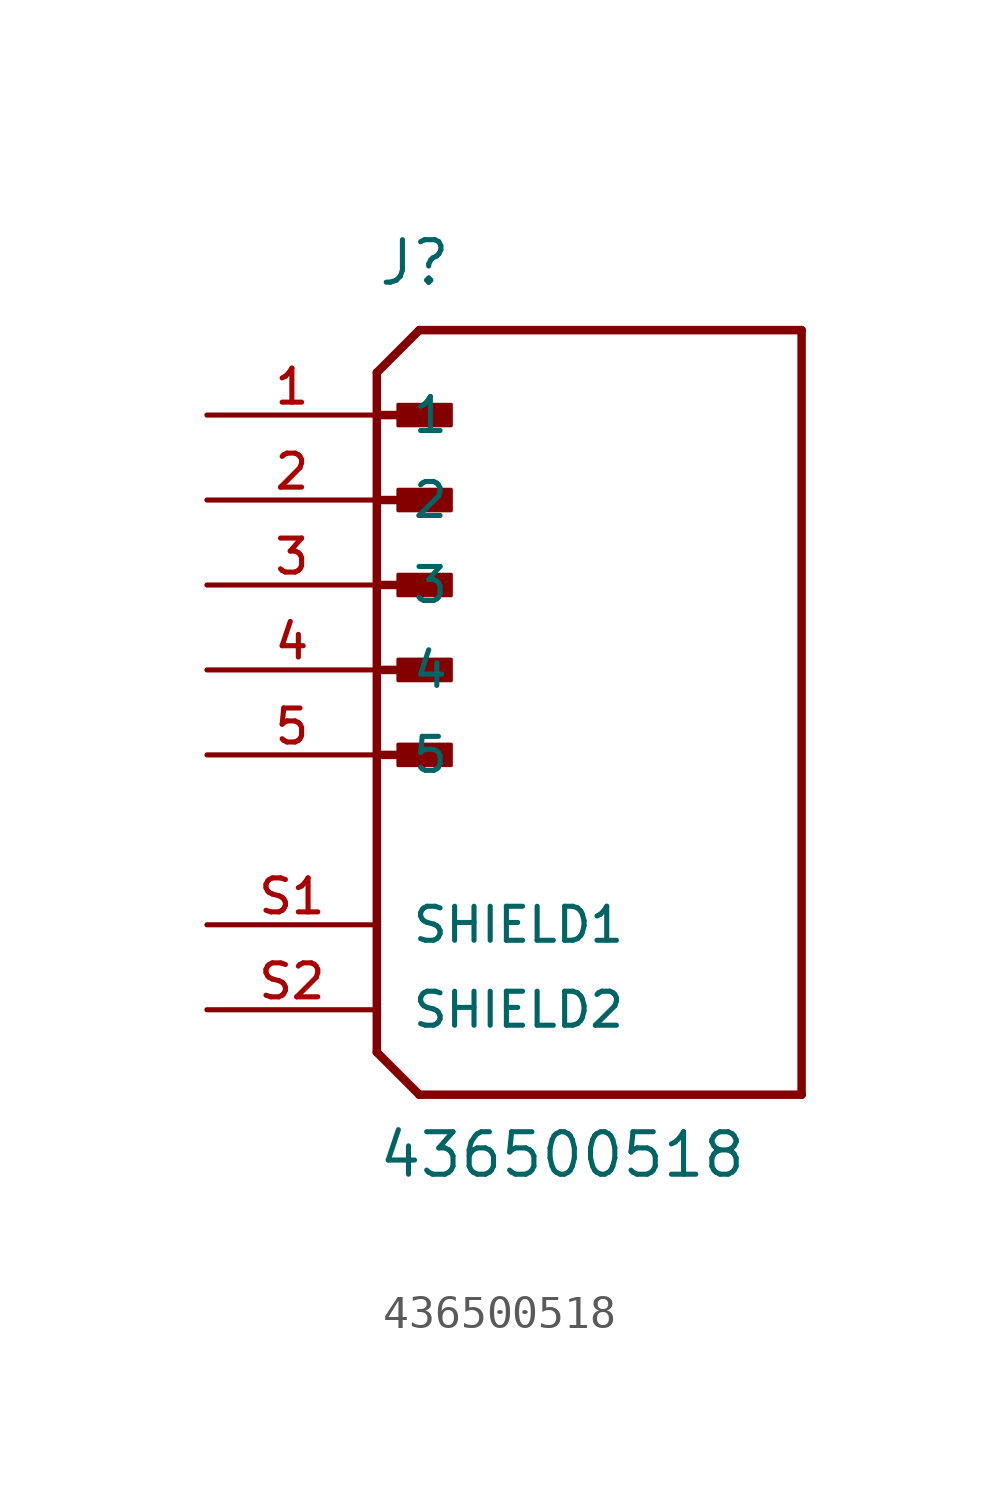
<source format=kicad_sym>
(kicad_symbol_lib
  (version 20211014)
  (generator kicad_symbol_editor)
  (symbol "436500518"
    (pin_names
      (offset 1.016))
    (property "Reference" "J"
      (at 0.0 11.43 0)
      (effects (font (size 1.27 1.27)) (justify bottom left)))
    (property "Value" "436500518"
      (at 0.0 -15.24 0)
      (effects (font (size 1.27 1.27)) (justify bottom left)))
    (symbol "436500518_0_0"
      (polyline (pts (xy 0.0 8.89) (xy 1.27 10.16)) (stroke (width 0.254)))
      (polyline (pts (xy 0.0 8.89) (xy 0.0 7.62)) (stroke (width 0.254)))
      (polyline (pts (xy 0.0 7.62) (xy 0.0 -11.43)) (stroke (width 0.254)))
      (polyline (pts (xy 0.0 -11.43) (xy 1.27 -12.7)) (stroke (width 0.254)))
      (polyline (pts (xy 1.27 -12.7) (xy 12.7 -12.7)) (stroke (width 0.254)))
      (polyline (pts (xy 12.7 -12.7) (xy 12.7 10.16)) (stroke (width 0.254)))
      (polyline (pts (xy 12.7 10.16) (xy 1.27 10.16)) (stroke (width 0.254)))
      (polyline (pts (xy 0.0 7.62) (xy 1.905 7.62)) (stroke (width 0.254)))
      (rectangle (start 0.635 7.303) (end 2.223 7.938) (stroke (width 0.1)) (fill (type outline)))
      (polyline (pts (xy 0.0 5.08) (xy 1.905 5.08)) (stroke (width 0.254)))
      (rectangle (start 0.635 4.763) (end 2.223 5.397) (stroke (width 0.1)) (fill (type outline)))
      (polyline (pts (xy 0.0 2.54) (xy 1.905 2.54)) (stroke (width 0.254)))
      (rectangle (start 0.635 2.223) (end 2.223 2.857) (stroke (width 0.1)) (fill (type outline)))
      (polyline (pts (xy 0.0 0.0) (xy 1.905 0.0)) (stroke (width 0.254)))
      (rectangle (start 0.635 -0.318) (end 2.223 0.318) (stroke (width 0.1)) (fill (type outline)))
      (polyline (pts (xy 0.0 -2.54) (xy 1.905 -2.54)) (stroke (width 0.254)))
      (rectangle (start 0.635 -2.857) (end 2.223 -2.223) (stroke (width 0.1)) (fill (type outline)))
      (pin passive line (at -5.08 7.62 0) (length 5.08) (name "1" (effects (font (size 1.016 1.016)))) (number "1" (effects (font (size 1.016 1.016)))))
      (pin passive line (at -5.08 5.08 0) (length 5.08) (name "2" (effects (font (size 1.016 1.016)))) (number "2" (effects (font (size 1.016 1.016)))))
      (pin passive line (at -5.08 -7.62 0) (length 5.08) (name "SHIELD1" (effects (font (size 1.016 1.016)))) (number "S1" (effects (font (size 1.016 1.016)))))
      (pin passive line (at -5.08 -10.16 0) (length 5.08) (name "SHIELD2" (effects (font (size 1.016 1.016)))) (number "S2" (effects (font (size 1.016 1.016)))))
      (pin passive line (at -5.08 2.54 0) (length 5.08) (name "3" (effects (font (size 1.016 1.016)))) (number "3" (effects (font (size 1.016 1.016)))))
      (pin passive line (at -5.08 0.0 0) (length 5.08) (name "4" (effects (font (size 1.016 1.016)))) (number "4" (effects (font (size 1.016 1.016)))))
      (pin passive line (at -5.08 -2.54 0) (length 5.08) (name "5" (effects (font (size 1.016 1.016)))) (number "5" (effects (font (size 1.016 1.016))))))))
</source>
